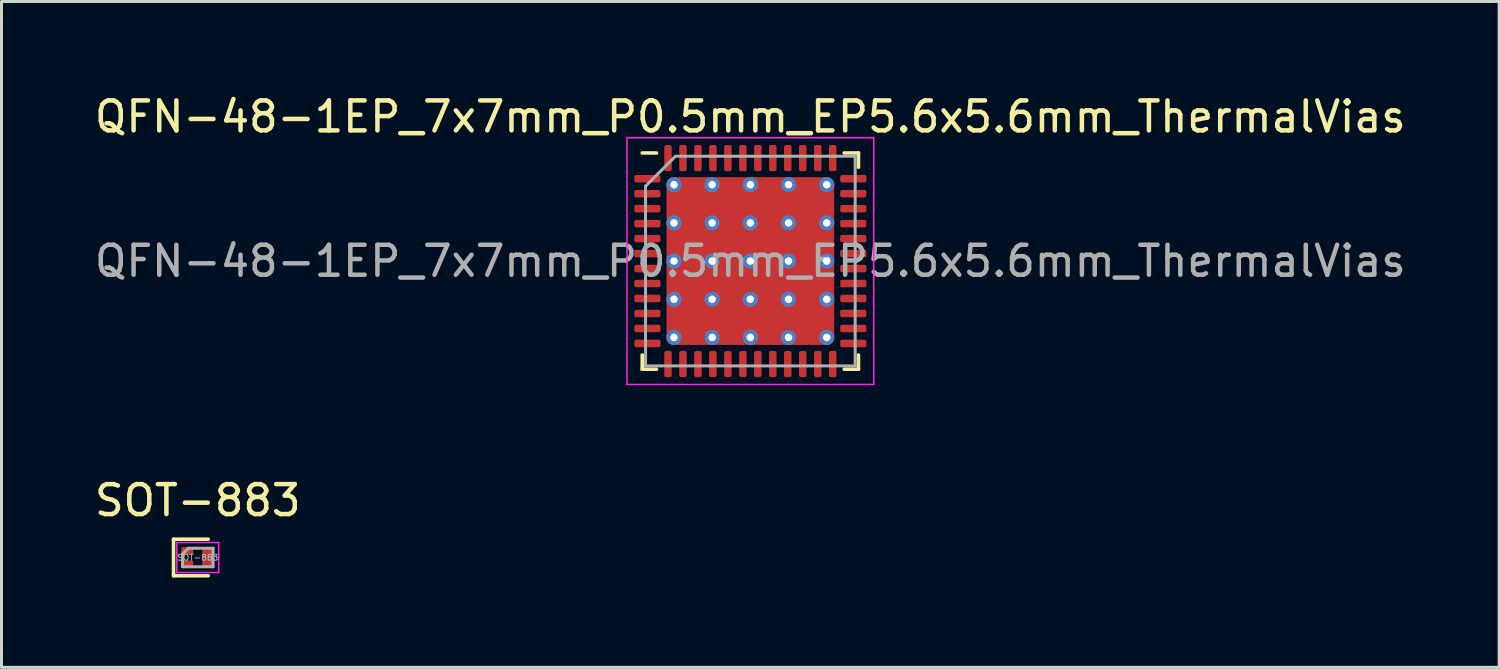
<source format=kicad_pcb>
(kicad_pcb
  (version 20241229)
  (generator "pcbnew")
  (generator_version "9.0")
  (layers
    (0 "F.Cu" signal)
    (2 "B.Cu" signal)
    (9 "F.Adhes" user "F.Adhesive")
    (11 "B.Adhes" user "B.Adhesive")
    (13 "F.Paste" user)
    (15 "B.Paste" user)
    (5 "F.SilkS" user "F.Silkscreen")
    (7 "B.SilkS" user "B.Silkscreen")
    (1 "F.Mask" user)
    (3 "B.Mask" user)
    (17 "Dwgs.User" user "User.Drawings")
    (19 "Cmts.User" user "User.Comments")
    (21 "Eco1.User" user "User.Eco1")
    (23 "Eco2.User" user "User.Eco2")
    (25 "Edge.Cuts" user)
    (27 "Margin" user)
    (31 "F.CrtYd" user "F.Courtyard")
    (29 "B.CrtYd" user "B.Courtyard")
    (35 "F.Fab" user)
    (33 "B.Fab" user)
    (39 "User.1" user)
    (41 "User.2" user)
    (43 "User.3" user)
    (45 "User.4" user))
  (footprint "QFN-48-1EP_7x7mm_P0.5mm_EP5.6x5.6mm_ThermalVias"
    (layer "F.Cu")
    (at 22.006 5.668)
    (property "Reference" "QFN-48-1EP_7x7mm_P0.5mm_EP5.6x5.6mm_ThermalVias" (at 0 -4.82 0) (layer "F.SilkS") (effects (font (size 1 1) (thickness 0.15))))
    (attr smd)
    (fp_line (start -3.61 3.61) (end -3.61 3.135) (stroke (width 0.12) (type solid)) (layer "F.SilkS"))
    (fp_line (start -3.135 -3.61) (end -3.61 -3.61) (stroke (width 0.12) (type solid)) (layer "F.SilkS"))
    (fp_line (start -3.135 3.61) (end -3.61 3.61) (stroke (width 0.12) (type solid)) (layer "F.SilkS"))
    (fp_line (start 3.135 -3.61) (end 3.61 -3.61) (stroke (width 0.12) (type solid)) (layer "F.SilkS"))
    (fp_line (start 3.135 3.61) (end 3.61 3.61) (stroke (width 0.12) (type solid)) (layer "F.SilkS"))
    (fp_line (start 3.61 -3.61) (end 3.61 -3.135) (stroke (width 0.12) (type solid)) (layer "F.SilkS"))
    (fp_line (start 3.61 3.61) (end 3.61 3.135) (stroke (width 0.12) (type solid)) (layer "F.SilkS"))
    (fp_line (start -4.12 -4.12) (end -4.12 4.12) (stroke (width 0.05) (type solid)) (layer "F.CrtYd"))
    (fp_line (start -4.12 4.12) (end 4.12 4.12) (stroke (width 0.05) (type solid)) (layer "F.CrtYd"))
    (fp_line (start 4.12 -4.12) (end -4.12 -4.12) (stroke (width 0.05) (type solid)) (layer "F.CrtYd"))
    (fp_line (start 4.12 4.12) (end 4.12 -4.12) (stroke (width 0.05) (type solid)) (layer "F.CrtYd"))
    (fp_line (start -3.5 -2.5) (end -2.5 -3.5) (stroke (width 0.1) (type solid)) (layer "F.Fab"))
    (fp_line (start -3.5 3.5) (end -3.5 -2.5) (stroke (width 0.1) (type solid)) (layer "F.Fab"))
    (fp_line (start -2.5 -3.5) (end 3.5 -3.5) (stroke (width 0.1) (type solid)) (layer "F.Fab"))
    (fp_line (start 3.5 -3.5) (end 3.5 3.5) (stroke (width 0.1) (type solid)) (layer "F.Fab"))
    (fp_line (start 3.5 3.5) (end -3.5 3.5) (stroke (width 0.1) (type solid)) (layer "F.Fab"))
    (fp_text user "${REFERENCE}" (at 0 0 0) (layer "F.Fab") (effects (font (size 1 1) (thickness 0.15))))
    (pad "" smd roundrect (at -1.913 -1.913) (size 1.084 1.084) (layers "F.Paste") (roundrect_rratio 0.231))
    (pad "" smd roundrect (at -1.913 -0.637) (size 1.084 1.084) (layers "F.Paste") (roundrect_rratio 0.231))
    (pad "" smd roundrect (at -1.913 0.637) (size 1.084 1.084) (layers "F.Paste") (roundrect_rratio 0.231))
    (pad "" smd roundrect (at -1.913 1.913) (size 1.084 1.084) (layers "F.Paste") (roundrect_rratio 0.231))
    (pad "" smd roundrect (at -0.637 -1.913) (size 1.084 1.084) (layers "F.Paste") (roundrect_rratio 0.231))
    (pad "" smd roundrect (at -0.637 -0.637) (size 1.084 1.084) (layers "F.Paste") (roundrect_rratio 0.231))
    (pad "" smd roundrect (at -0.637 0.637) (size 1.084 1.084) (layers "F.Paste") (roundrect_rratio 0.231))
    (pad "" smd roundrect (at -0.637 1.913) (size 1.084 1.084) (layers "F.Paste") (roundrect_rratio 0.231))
    (pad "" smd roundrect (at 0.637 -1.913) (size 1.084 1.084) (layers "F.Paste") (roundrect_rratio 0.231))
    (pad "" smd roundrect (at 0.637 -0.637) (size 1.084 1.084) (layers "F.Paste") (roundrect_rratio 0.231))
    (pad "" smd roundrect (at 0.637 0.637) (size 1.084 1.084) (layers "F.Paste") (roundrect_rratio 0.231))
    (pad "" smd roundrect (at 0.637 1.913) (size 1.084 1.084) (layers "F.Paste") (roundrect_rratio 0.231))
    (pad "" smd roundrect (at 1.913 -1.913) (size 1.084 1.084) (layers "F.Paste") (roundrect_rratio 0.231))
    (pad "" smd roundrect (at 1.913 -0.637) (size 1.084 1.084) (layers "F.Paste") (roundrect_rratio 0.231))
    (pad "" smd roundrect (at 1.913 0.637) (size 1.084 1.084) (layers "F.Paste") (roundrect_rratio 0.231))
    (pad "" smd roundrect (at 1.913 1.913) (size 1.084 1.084) (layers "F.Paste") (roundrect_rratio 0.231))
    (pad "1" smd roundrect (at -3.438 -2.75) (size 0.875 0.25) (layers "F.Cu" "F.Mask" "F.Paste") (roundrect_rratio 0.25))
    (pad "2" smd roundrect (at -3.438 -2.25) (size 0.875 0.25) (layers "F.Cu" "F.Mask" "F.Paste") (roundrect_rratio 0.25))
    (pad "3" smd roundrect (at -3.438 -1.75) (size 0.875 0.25) (layers "F.Cu" "F.Mask" "F.Paste") (roundrect_rratio 0.25))
    (pad "4" smd roundrect (at -3.438 -1.25) (size 0.875 0.25) (layers "F.Cu" "F.Mask" "F.Paste") (roundrect_rratio 0.25))
    (pad "5" smd roundrect (at -3.438 -0.75) (size 0.875 0.25) (layers "F.Cu" "F.Mask" "F.Paste") (roundrect_rratio 0.25))
    (pad "6" smd roundrect (at -3.438 -0.25) (size 0.875 0.25) (layers "F.Cu" "F.Mask" "F.Paste") (roundrect_rratio 0.25))
    (pad "7" smd roundrect (at -3.438 0.25) (size 0.875 0.25) (layers "F.Cu" "F.Mask" "F.Paste") (roundrect_rratio 0.25))
    (pad "8" smd roundrect (at -3.438 0.75) (size 0.875 0.25) (layers "F.Cu" "F.Mask" "F.Paste") (roundrect_rratio 0.25))
    (pad "9" smd roundrect (at -3.438 1.25) (size 0.875 0.25) (layers "F.Cu" "F.Mask" "F.Paste") (roundrect_rratio 0.25))
    (pad "10" smd roundrect (at -3.438 1.75) (size 0.875 0.25) (layers "F.Cu" "F.Mask" "F.Paste") (roundrect_rratio 0.25))
    (pad "11" smd roundrect (at -3.438 2.25) (size 0.875 0.25) (layers "F.Cu" "F.Mask" "F.Paste") (roundrect_rratio 0.25))
    (pad "12" smd roundrect (at -3.438 2.75) (size 0.875 0.25) (layers "F.Cu" "F.Mask" "F.Paste") (roundrect_rratio 0.25))
    (pad "13" smd roundrect (at -2.75 3.438) (size 0.25 0.875) (layers "F.Cu" "F.Mask" "F.Paste") (roundrect_rratio 0.25))
    (pad "14" smd roundrect (at -2.25 3.438) (size 0.25 0.875) (layers "F.Cu" "F.Mask" "F.Paste") (roundrect_rratio 0.25))
    (pad "15" smd roundrect (at -1.75 3.438) (size 0.25 0.875) (layers "F.Cu" "F.Mask" "F.Paste") (roundrect_rratio 0.25))
    (pad "16" smd roundrect (at -1.25 3.438) (size 0.25 0.875) (layers "F.Cu" "F.Mask" "F.Paste") (roundrect_rratio 0.25))
    (pad "17" smd roundrect (at -0.75 3.438) (size 0.25 0.875) (layers "F.Cu" "F.Mask" "F.Paste") (roundrect_rratio 0.25))
    (pad "18" smd roundrect (at -0.25 3.438) (size 0.25 0.875) (layers "F.Cu" "F.Mask" "F.Paste") (roundrect_rratio 0.25))
    (pad "19" smd roundrect (at 0.25 3.438) (size 0.25 0.875) (layers "F.Cu" "F.Mask" "F.Paste") (roundrect_rratio 0.25))
    (pad "20" smd roundrect (at 0.75 3.438) (size 0.25 0.875) (layers "F.Cu" "F.Mask" "F.Paste") (roundrect_rratio 0.25))
    (pad "21" smd roundrect (at 1.25 3.438) (size 0.25 0.875) (layers "F.Cu" "F.Mask" "F.Paste") (roundrect_rratio 0.25))
    (pad "22" smd roundrect (at 1.75 3.438) (size 0.25 0.875) (layers "F.Cu" "F.Mask" "F.Paste") (roundrect_rratio 0.25))
    (pad "23" smd roundrect (at 2.25 3.438) (size 0.25 0.875) (layers "F.Cu" "F.Mask" "F.Paste") (roundrect_rratio 0.25))
    (pad "24" smd roundrect (at 2.75 3.438) (size 0.25 0.875) (layers "F.Cu" "F.Mask" "F.Paste") (roundrect_rratio 0.25))
    (pad "25" smd roundrect (at 3.438 2.75) (size 0.875 0.25) (layers "F.Cu" "F.Mask" "F.Paste") (roundrect_rratio 0.25))
    (pad "26" smd roundrect (at 3.438 2.25) (size 0.875 0.25) (layers "F.Cu" "F.Mask" "F.Paste") (roundrect_rratio 0.25))
    (pad "27" smd roundrect (at 3.438 1.75) (size 0.875 0.25) (layers "F.Cu" "F.Mask" "F.Paste") (roundrect_rratio 0.25))
    (pad "28" smd roundrect (at 3.438 1.25) (size 0.875 0.25) (layers "F.Cu" "F.Mask" "F.Paste") (roundrect_rratio 0.25))
    (pad "29" smd roundrect (at 3.438 0.75) (size 0.875 0.25) (layers "F.Cu" "F.Mask" "F.Paste") (roundrect_rratio 0.25))
    (pad "30" smd roundrect (at 3.438 0.25) (size 0.875 0.25) (layers "F.Cu" "F.Mask" "F.Paste") (roundrect_rratio 0.25))
    (pad "31" smd roundrect (at 3.438 -0.25) (size 0.875 0.25) (layers "F.Cu" "F.Mask" "F.Paste") (roundrect_rratio 0.25))
    (pad "32" smd roundrect (at 3.438 -0.75) (size 0.875 0.25) (layers "F.Cu" "F.Mask" "F.Paste") (roundrect_rratio 0.25))
    (pad "33" smd roundrect (at 3.438 -1.25) (size 0.875 0.25) (layers "F.Cu" "F.Mask" "F.Paste") (roundrect_rratio 0.25))
    (pad "34" smd roundrect (at 3.438 -1.75) (size 0.875 0.25) (layers "F.Cu" "F.Mask" "F.Paste") (roundrect_rratio 0.25))
    (pad "35" smd roundrect (at 3.438 -2.25) (size 0.875 0.25) (layers "F.Cu" "F.Mask" "F.Paste") (roundrect_rratio 0.25))
    (pad "36" smd roundrect (at 3.438 -2.75) (size 0.875 0.25) (layers "F.Cu" "F.Mask" "F.Paste") (roundrect_rratio 0.25))
    (pad "37" smd roundrect (at 2.75 -3.438) (size 0.25 0.875) (layers "F.Cu" "F.Mask" "F.Paste") (roundrect_rratio 0.25))
    (pad "38" smd roundrect (at 2.25 -3.438) (size 0.25 0.875) (layers "F.Cu" "F.Mask" "F.Paste") (roundrect_rratio 0.25))
    (pad "39" smd roundrect (at 1.75 -3.438) (size 0.25 0.875) (layers "F.Cu" "F.Mask" "F.Paste") (roundrect_rratio 0.25))
    (pad "40" smd roundrect (at 1.25 -3.438) (size 0.25 0.875) (layers "F.Cu" "F.Mask" "F.Paste") (roundrect_rratio 0.25))
    (pad "41" smd roundrect (at 0.75 -3.438) (size 0.25 0.875) (layers "F.Cu" "F.Mask" "F.Paste") (roundrect_rratio 0.25))
    (pad "42" smd roundrect (at 0.25 -3.438) (size 0.25 0.875) (layers "F.Cu" "F.Mask" "F.Paste") (roundrect_rratio 0.25))
    (pad "43" smd roundrect (at -0.25 -3.438) (size 0.25 0.875) (layers "F.Cu" "F.Mask" "F.Paste") (roundrect_rratio 0.25))
    (pad "44" smd roundrect (at -0.75 -3.438) (size 0.25 0.875) (layers "F.Cu" "F.Mask" "F.Paste") (roundrect_rratio 0.25))
    (pad "45" smd roundrect (at -1.25 -3.438) (size 0.25 0.875) (layers "F.Cu" "F.Mask" "F.Paste") (roundrect_rratio 0.25))
    (pad "46" smd roundrect (at -1.75 -3.438) (size 0.25 0.875) (layers "F.Cu" "F.Mask" "F.Paste") (roundrect_rratio 0.25))
    (pad "47" smd roundrect (at -2.25 -3.438) (size 0.25 0.875) (layers "F.Cu" "F.Mask" "F.Paste") (roundrect_rratio 0.25))
    (pad "48" smd roundrect (at -2.75 -3.438) (size 0.25 0.875) (layers "F.Cu" "F.Mask" "F.Paste") (roundrect_rratio 0.25))
    (pad "49" thru_hole circle (at -2.55 -2.55) (size 0.508 0.508) (drill 0.25) (layers "*.Cu"))
    (pad "49" thru_hole circle (at -2.55 -1.275) (size 0.508 0.508) (drill 0.25) (layers "*.Cu"))
    (pad "49" thru_hole circle (at -2.55 0) (size 0.508 0.508) (drill 0.25) (layers "*.Cu"))
    (pad "49" thru_hole circle (at -2.55 1.275) (size 0.508 0.508) (drill 0.25) (layers "*.Cu"))
    (pad "49" thru_hole circle (at -2.55 2.55) (size 0.508 0.508) (drill 0.25) (layers "*.Cu"))
    (pad "49" thru_hole circle (at -1.275 -2.55) (size 0.508 0.508) (drill 0.25) (layers "*.Cu"))
    (pad "49" thru_hole circle (at -1.275 -1.275) (size 0.508 0.508) (drill 0.25) (layers "*.Cu"))
    (pad "49" thru_hole circle (at -1.275 0) (size 0.508 0.508) (drill 0.25) (layers "*.Cu"))
    (pad "49" thru_hole circle (at -1.275 1.275) (size 0.508 0.508) (drill 0.25) (layers "*.Cu"))
    (pad "49" thru_hole circle (at -1.275 2.55) (size 0.508 0.508) (drill 0.25) (layers "*.Cu"))
    (pad "49" thru_hole circle (at 0 -2.55) (size 0.508 0.508) (drill 0.25) (layers "*.Cu"))
    (pad "49" thru_hole circle (at 0 -1.275) (size 0.508 0.508) (drill 0.25) (layers "*.Cu"))
    (pad "49" thru_hole circle (at 0 0) (size 0.508 0.508) (drill 0.25) (layers "*.Cu"))
    (pad "49" smd roundrect (at 0 0) (size 5.6 5.6) (layers "F.Cu" "F.Mask") (roundrect_rratio 0.045))
    (pad "49" thru_hole circle (at 0 1.275) (size 0.508 0.508) (drill 0.25) (layers "*.Cu"))
    (pad "49" thru_hole circle (at 0 2.55) (size 0.508 0.508) (drill 0.25) (layers "*.Cu"))
    (pad "49" thru_hole circle (at 1.275 -2.55) (size 0.508 0.508) (drill 0.25) (layers "*.Cu"))
    (pad "49" thru_hole circle (at 1.275 -1.275) (size 0.508 0.508) (drill 0.25) (layers "*.Cu"))
    (pad "49" thru_hole circle (at 1.275 0) (size 0.508 0.508) (drill 0.25) (layers "*.Cu"))
    (pad "49" thru_hole circle (at 1.275 1.275) (size 0.508 0.508) (drill 0.25) (layers "*.Cu"))
    (pad "49" thru_hole circle (at 1.275 2.55) (size 0.508 0.508) (drill 0.25) (layers "*.Cu"))
    (pad "49" thru_hole circle (at 2.55 -2.55) (size 0.508 0.508) (drill 0.25) (layers "*.Cu"))
    (pad "49" thru_hole circle (at 2.55 -1.275) (size 0.508 0.508) (drill 0.25) (layers "*.Cu"))
    (pad "49" thru_hole circle (at 2.55 0) (size 0.508 0.508) (drill 0.25) (layers "*.Cu"))
    (pad "49" thru_hole circle (at 2.55 1.275) (size 0.508 0.508) (drill 0.25) (layers "*.Cu"))
    (pad "49" thru_hole circle (at 2.55 2.55) (size 0.508 0.508) (drill 0.25) (layers "*.Cu")))
  (footprint "SOT-883"
    (layer "F.Cu")
    (at 3.554 15.566)
    (property "Reference" "SOT-883" (at 0 -1.905 0) (layer "F.SilkS") (effects (font (size 1 1) (thickness 0.15))))
    (attr smd)
    (fp_line (start -0.81 -0.61) (end 0.35 -0.61) (stroke (width 0.12) (type solid)) (layer "F.SilkS"))
    (fp_line (start -0.81 0.61) (end -0.81 -0.61) (stroke (width 0.12) (type solid)) (layer "F.SilkS"))
    (fp_line (start 0.35 0.61) (end -0.81 0.61) (stroke (width 0.12) (type solid)) (layer "F.SilkS"))
    (fp_line (start -0.7 -0.5) (end 0.7 -0.5) (stroke (width 0.05) (type solid)) (layer "F.CrtYd"))
    (fp_line (start -0.7 0.5) (end -0.7 -0.5) (stroke (width 0.05) (type solid)) (layer "F.CrtYd"))
    (fp_line (start 0.7 -0.5) (end 0.7 0.5) (stroke (width 0.05) (type solid)) (layer "F.CrtYd"))
    (fp_line (start 0.7 0.5) (end -0.7 0.5) (stroke (width 0.05) (type solid)) (layer "F.CrtYd"))
    (fp_line (start -0.51 0.31) (end -0.51 -0.11) (stroke (width 0.1) (type solid)) (layer "F.Fab"))
    (fp_line (start -0.31 -0.31) (end -0.51 -0.11) (stroke (width 0.1) (type solid)) (layer "F.Fab"))
    (fp_line (start -0.31 -0.31) (end 0.51 -0.31) (stroke (width 0.1) (type solid)) (layer "F.Fab"))
    (fp_line (start 0.51 -0.31) (end 0.51 0.31) (stroke (width 0.1) (type solid)) (layer "F.Fab"))
    (fp_line (start 0.51 0.31) (end -0.51 0.31) (stroke (width 0.1) (type solid)) (layer "F.Fab"))
    (fp_text user "${REFERENCE}" (at 0 0 0) (layer "F.Fab") (effects (font (size 0.2 0.2) (thickness 0.03))))
    (pad "1" smd roundrect (at -0.35 -0.225) (size 0.4 0.25) (layers "F.Cu" "F.Mask" "F.Paste") (roundrect_rratio 0.2))
    (pad "2" smd roundrect (at -0.35 0.225) (size 0.4 0.25) (layers "F.Cu" "F.Mask" "F.Paste") (roundrect_rratio 0.2))
    (pad "3" smd roundrect (at 0.35 0) (size 0.4 0.7) (layers "F.Cu" "F.Mask" "F.Paste") (roundrect_rratio 0.125)))
  (gr_rect
    (start -3 -3)
    (end 47.012 19.236)
    (stroke (width 0.1) (type default))
    (fill no)
    (layer "Edge.Cuts")))
</source>
